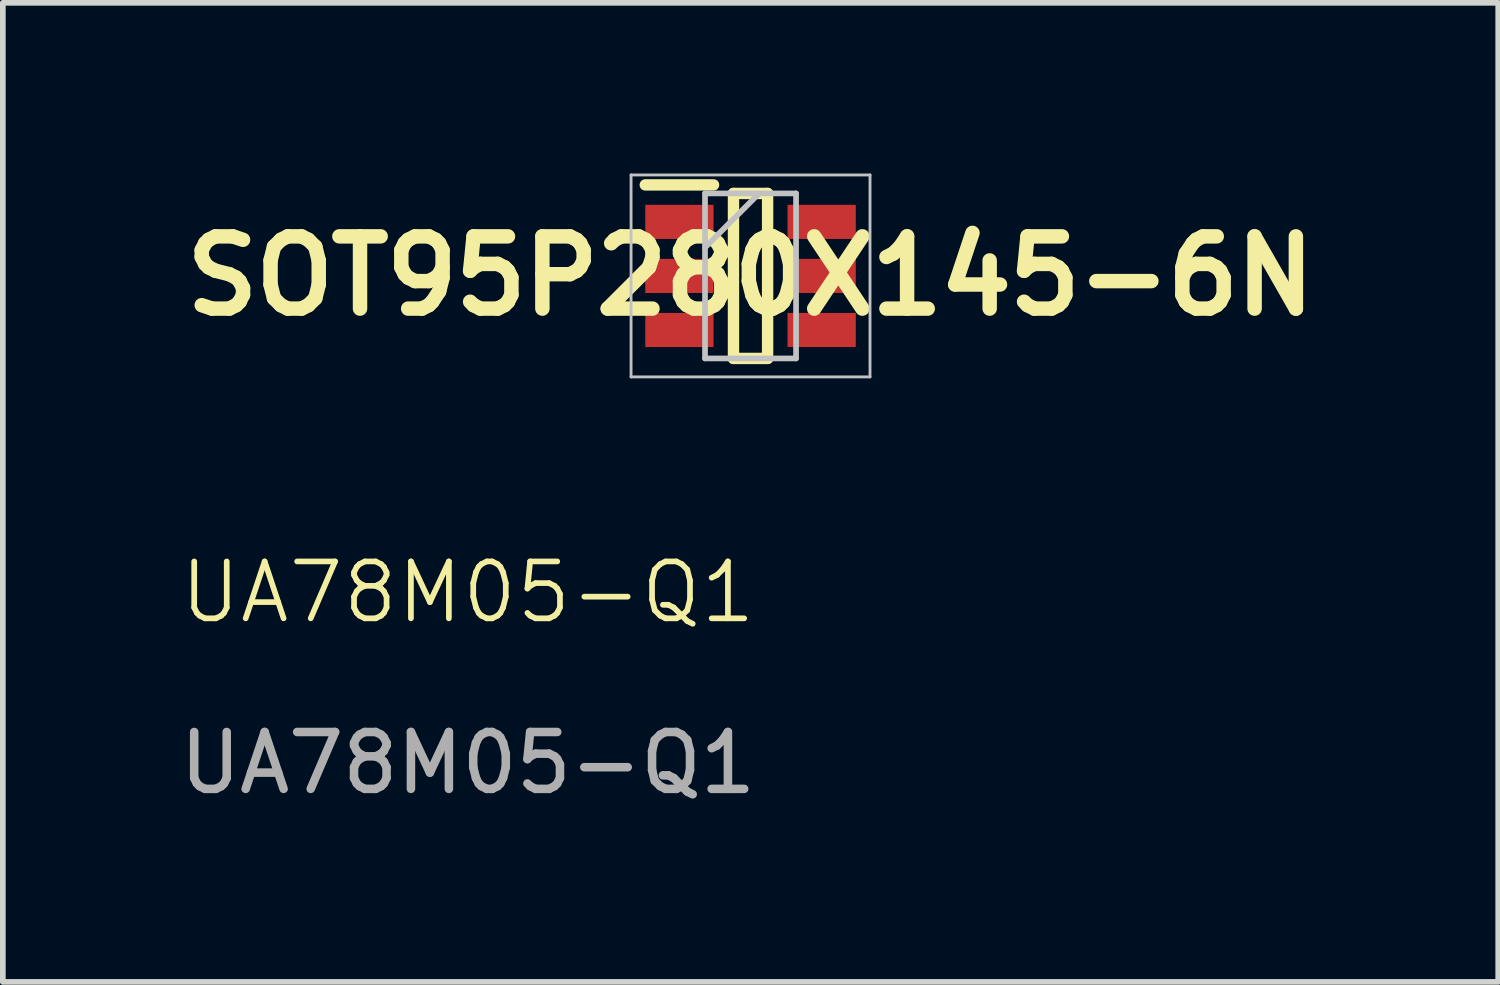
<source format=kicad_pcb>
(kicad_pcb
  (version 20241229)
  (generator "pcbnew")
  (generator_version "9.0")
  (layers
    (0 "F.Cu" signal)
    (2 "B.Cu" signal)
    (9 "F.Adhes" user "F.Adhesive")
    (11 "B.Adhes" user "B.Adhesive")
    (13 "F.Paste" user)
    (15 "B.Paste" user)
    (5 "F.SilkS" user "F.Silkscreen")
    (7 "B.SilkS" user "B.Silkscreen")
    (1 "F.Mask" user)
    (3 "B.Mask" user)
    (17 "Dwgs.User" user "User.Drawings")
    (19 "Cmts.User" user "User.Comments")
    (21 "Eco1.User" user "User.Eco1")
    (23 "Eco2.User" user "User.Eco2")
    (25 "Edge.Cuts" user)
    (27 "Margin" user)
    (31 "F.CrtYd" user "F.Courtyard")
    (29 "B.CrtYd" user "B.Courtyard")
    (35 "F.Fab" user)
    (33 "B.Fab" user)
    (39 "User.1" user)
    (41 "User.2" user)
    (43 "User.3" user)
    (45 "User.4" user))
  (footprint "UA78M05-Q1"
    (layer "F.Cu")
    (at 5.173 7.861)
    (property "Reference" "UA78M05-Q1" (at 0 -0.5 0) (unlocked yes) (layer "F.SilkS") (effects (font (size 1 1) (thickness 0.1))))
    (attr smd)
    (fp_text user "${REFERENCE}" (at 0 2.5 0) (unlocked yes) (layer "F.Fab") (effects (font (size 1 1) (thickness 0.15)))))
  (footprint "SOT95P280X145-6N"
    (layer "F.Cu")
    (at 10.142 1.8)
    (property "Reference" "SOT95P280X145-6N" (at 0 0 0) (layer "F.SilkS") (effects (font (size 1.27 1.27) (thickness 0.254))))
    (attr smd)
    (fp_line (start -1.85 -1.6) (end -0.65 -1.6) (stroke (width 0.2) (type solid)) (layer "F.SilkS"))
    (fp_line (start -0.3 -1.45) (end 0.3 -1.45) (stroke (width 0.2) (type solid)) (layer "F.SilkS"))
    (fp_line (start -0.3 1.45) (end -0.3 -1.45) (stroke (width 0.2) (type solid)) (layer "F.SilkS"))
    (fp_line (start 0.3 -1.45) (end 0.3 1.45) (stroke (width 0.2) (type solid)) (layer "F.SilkS"))
    (fp_line (start 0.3 1.45) (end -0.3 1.45) (stroke (width 0.2) (type solid)) (layer "F.SilkS"))
    (fp_line (start -2.1 -1.775) (end 2.1 -1.775) (stroke (width 0.05) (type solid)) (layer "Dwgs.User"))
    (fp_line (start -2.1 1.775) (end -2.1 -1.775) (stroke (width 0.05) (type solid)) (layer "Dwgs.User"))
    (fp_line (start -0.8 -1.45) (end 0.8 -1.45) (stroke (width 0.1) (type solid)) (layer "Dwgs.User"))
    (fp_line (start -0.8 -0.5) (end 0.15 -1.45) (stroke (width 0.1) (type solid)) (layer "Dwgs.User"))
    (fp_line (start -0.8 1.45) (end -0.8 -1.45) (stroke (width 0.1) (type solid)) (layer "Dwgs.User"))
    (fp_line (start 0.8 -1.45) (end 0.8 1.45) (stroke (width 0.1) (type solid)) (layer "Dwgs.User"))
    (fp_line (start 0.8 1.45) (end -0.8 1.45) (stroke (width 0.1) (type solid)) (layer "Dwgs.User"))
    (fp_line (start 2.1 -1.775) (end 2.1 1.775) (stroke (width 0.05) (type solid)) (layer "Dwgs.User"))
    (fp_line (start 2.1 1.775) (end -2.1 1.775) (stroke (width 0.05) (type solid)) (layer "Dwgs.User"))
    (pad "1" smd rect (at -1.25 -0.95 90) (size 0.6 1.2) (layers "F.Cu" "F.Mask" "F.Paste"))
    (pad "2" smd rect (at -1.25 0 90) (size 0.6 1.2) (layers "F.Cu" "F.Mask" "F.Paste"))
    (pad "3" smd rect (at -1.25 0.95 90) (size 0.6 1.2) (layers "F.Cu" "F.Mask" "F.Paste"))
    (pad "4" smd rect (at 1.25 0.95 90) (size 0.6 1.2) (layers "F.Cu" "F.Mask" "F.Paste"))
    (pad "5" smd rect (at 1.25 0 90) (size 0.6 1.2) (layers "F.Cu" "F.Mask" "F.Paste"))
    (pad "6" smd rect (at 1.25 -0.95 90) (size 0.6 1.2) (layers "F.Cu" "F.Mask" "F.Paste")))
  (gr_rect
    (start -3 -3)
    (end 23.284 14.209)
    (stroke (width 0.1) (type default))
    (fill no)
    (layer "Edge.Cuts")))
</source>
